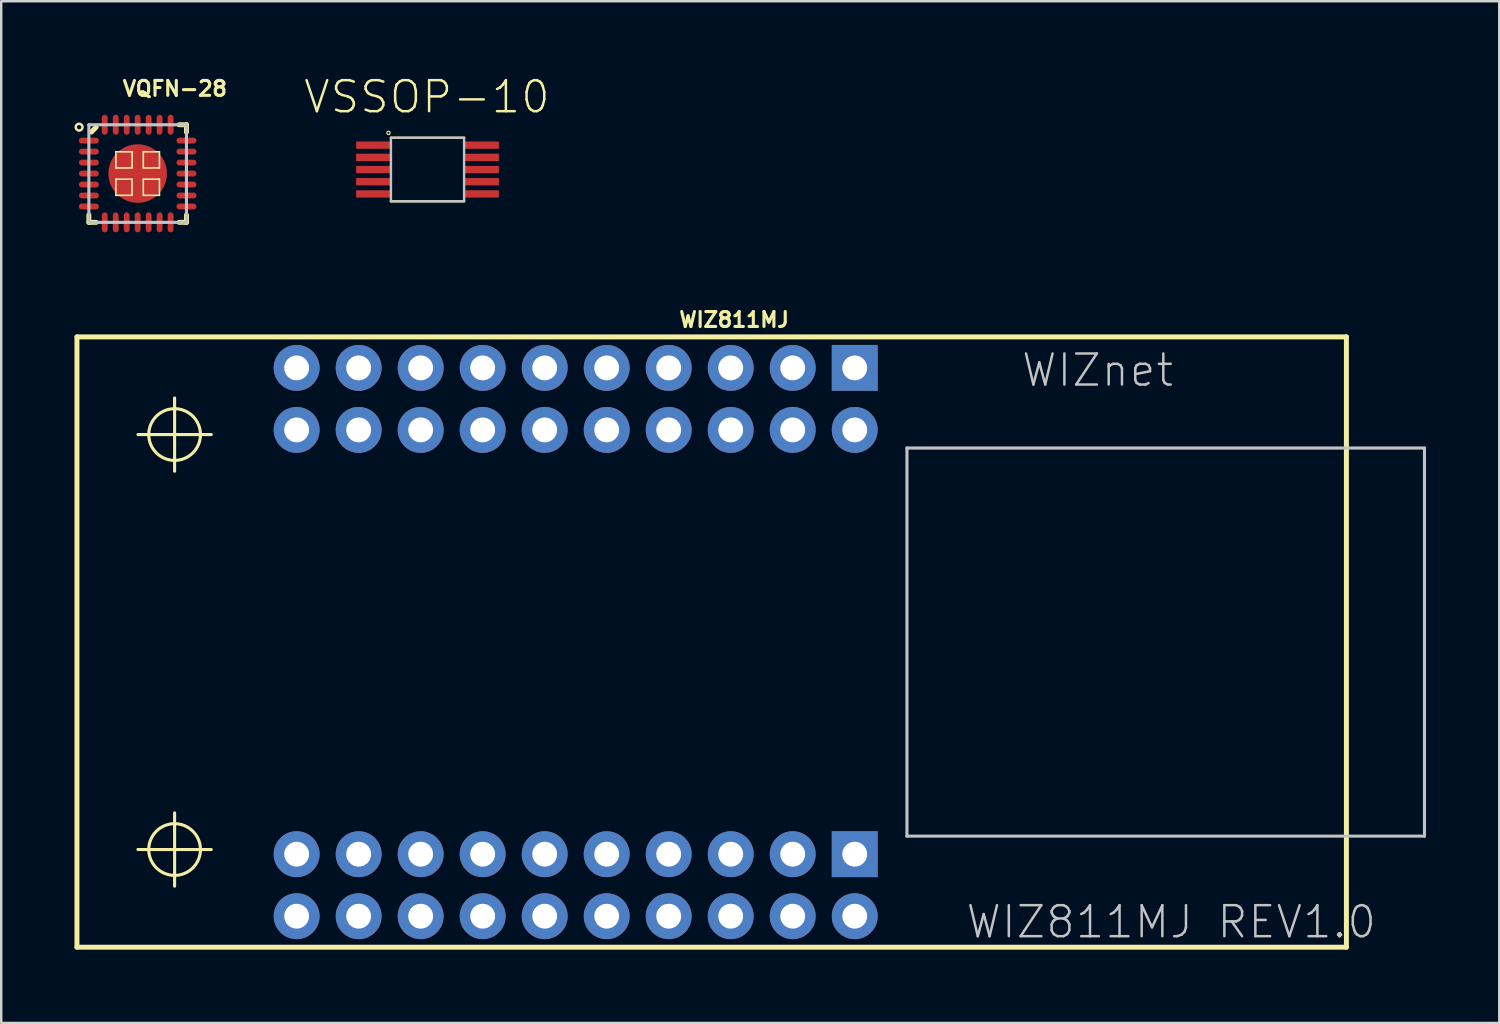
<source format=kicad_pcb>
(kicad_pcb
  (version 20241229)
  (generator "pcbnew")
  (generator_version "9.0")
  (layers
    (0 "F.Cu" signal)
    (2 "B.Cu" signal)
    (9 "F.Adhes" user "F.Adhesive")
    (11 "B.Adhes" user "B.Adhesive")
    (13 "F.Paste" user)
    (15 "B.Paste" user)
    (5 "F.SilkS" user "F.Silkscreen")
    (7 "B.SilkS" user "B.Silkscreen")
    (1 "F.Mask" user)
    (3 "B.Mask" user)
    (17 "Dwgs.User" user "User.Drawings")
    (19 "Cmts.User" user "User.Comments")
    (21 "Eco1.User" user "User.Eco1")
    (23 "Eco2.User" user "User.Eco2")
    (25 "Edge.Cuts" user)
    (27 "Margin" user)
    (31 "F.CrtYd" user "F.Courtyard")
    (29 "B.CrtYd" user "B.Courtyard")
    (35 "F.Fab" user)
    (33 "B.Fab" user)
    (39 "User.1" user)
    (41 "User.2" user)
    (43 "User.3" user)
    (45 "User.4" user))
  (footprint "WIZ811MJ"
    (layer "F.Cu")
    (at 25.611 23.45)
    (property "Reference" "WIZ811MJ" (at 1.412 -13.404 0) (layer "F.SilkS") (effects (font (size 0.61 0.61) (thickness 0.127))))
    (attr exclude_from_pos_files exclude_from_bom)
    (fp_line (start -25.509 -12.7) (end 26.49 -12.7) (stroke (width 0.203) (type solid)) (layer "F.SilkS"))
    (fp_line (start -25.509 12.299) (end -25.509 -12.7) (stroke (width 0.203) (type solid)) (layer "F.SilkS"))
    (fp_line (start -23.01 -8.7) (end -20.008 -8.7) (stroke (width 0.127) (type solid)) (layer "F.SilkS"))
    (fp_line (start -23.01 8.298) (end -20.008 8.298) (stroke (width 0.127) (type solid)) (layer "F.SilkS"))
    (fp_line (start -21.509 -7.198) (end -21.509 -10.198) (stroke (width 0.127) (type solid)) (layer "F.SilkS"))
    (fp_line (start -21.509 9.799) (end -21.509 6.8) (stroke (width 0.127) (type solid)) (layer "F.SilkS"))
    (fp_line (start 26.49 -12.7) (end 26.49 12.299) (stroke (width 0.203) (type solid)) (layer "F.SilkS"))
    (fp_line (start 26.49 12.299) (end -25.509 12.299) (stroke (width 0.203) (type solid)) (layer "F.SilkS"))
    (fp_circle (center -21.509 -8.7) (end -22.258 -9.449) (stroke (width 0.127) (type solid)) (fill no) (layer "F.SilkS"))
    (fp_circle (center -21.509 8.298) (end -22.258 9.047) (stroke (width 0.127) (type solid)) (fill no) (layer "F.SilkS"))
    (fp_line (start 8.489 7.75) (end 8.489 -8.148) (stroke (width 0.127) (type solid)) (layer "Dwgs.User"))
    (fp_line (start 8.489 7.75) (end 29.688 7.75) (stroke (width 0.127) (type solid)) (layer "Dwgs.User"))
    (fp_line (start 29.688 -8.148) (end 8.489 -8.148) (stroke (width 0.127) (type solid)) (layer "Dwgs.User"))
    (fp_line (start 29.688 7.75) (end 29.688 -8.148) (stroke (width 0.127) (type solid)) (layer "Dwgs.User"))
    (fp_text user "WIZ811MJ REV1.0" (at 19.314 11.265 0) (layer "Dwgs.User") (effects (font (size 1.27 1.27) (thickness 0.102))))
    (fp_text user "WIZnet" (at 16.299 -11.333 0) (layer "Dwgs.User") (effects (font (size 1.27 1.27) (thickness 0.102))))
    (pad "1" thru_hole rect (at 6.35 -11.43) (size 1.88 1.88) (drill 1.019) (layers "*.Cu" "*.Paste" "*.Mask"))
    (pad "2" thru_hole circle (at 6.35 -8.89) (size 1.88 1.88) (drill 1.019) (layers "*.Cu" "*.Paste" "*.Mask"))
    (pad "3" thru_hole circle (at 3.81 -11.43) (size 1.88 1.88) (drill 1.019) (layers "*.Cu" "*.Paste" "*.Mask"))
    (pad "4" thru_hole circle (at 3.81 -8.89) (size 1.88 1.88) (drill 1.019) (layers "*.Cu" "*.Paste" "*.Mask"))
    (pad "5" thru_hole circle (at 1.27 -11.43) (size 1.88 1.88) (drill 1.019) (layers "*.Cu" "*.Paste" "*.Mask"))
    (pad "6" thru_hole circle (at 1.27 -8.89) (size 1.88 1.88) (drill 1.019) (layers "*.Cu" "*.Paste" "*.Mask"))
    (pad "7" thru_hole circle (at -1.27 -11.43) (size 1.88 1.88) (drill 1.019) (layers "*.Cu" "*.Paste" "*.Mask"))
    (pad "8" thru_hole circle (at -1.27 -8.89) (size 1.88 1.88) (drill 1.019) (layers "*.Cu" "*.Paste" "*.Mask"))
    (pad "9" thru_hole circle (at -3.81 -11.43) (size 1.88 1.88) (drill 1.019) (layers "*.Cu" "*.Paste" "*.Mask"))
    (pad "10" thru_hole circle (at -3.81 -8.89) (size 1.88 1.88) (drill 1.019) (layers "*.Cu" "*.Paste" "*.Mask"))
    (pad "11" thru_hole circle (at -6.35 -11.43) (size 1.88 1.88) (drill 1.019) (layers "*.Cu" "*.Paste" "*.Mask"))
    (pad "12" thru_hole circle (at -6.35 -8.89) (size 1.88 1.88) (drill 1.019) (layers "*.Cu" "*.Paste" "*.Mask"))
    (pad "13" thru_hole circle (at -8.89 -11.43) (size 1.88 1.88) (drill 1.019) (layers "*.Cu" "*.Paste" "*.Mask"))
    (pad "14" thru_hole circle (at -8.89 -8.89) (size 1.88 1.88) (drill 1.019) (layers "*.Cu" "*.Paste" "*.Mask"))
    (pad "15" thru_hole circle (at -11.43 -11.43) (size 1.88 1.88) (drill 1.019) (layers "*.Cu" "*.Paste" "*.Mask"))
    (pad "16" thru_hole circle (at -11.43 -8.89) (size 1.88 1.88) (drill 1.019) (layers "*.Cu" "*.Paste" "*.Mask"))
    (pad "17" thru_hole circle (at -13.97 -11.43) (size 1.88 1.88) (drill 1.019) (layers "*.Cu" "*.Paste" "*.Mask"))
    (pad "18" thru_hole circle (at -13.97 -8.89) (size 1.88 1.88) (drill 1.019) (layers "*.Cu" "*.Paste" "*.Mask"))
    (pad "19" thru_hole circle (at -16.51 -11.43) (size 1.88 1.88) (drill 1.019) (layers "*.Cu" "*.Paste" "*.Mask"))
    (pad "20" thru_hole circle (at -16.51 -8.89) (size 1.88 1.88) (drill 1.019) (layers "*.Cu" "*.Paste" "*.Mask"))
    (pad "21" thru_hole rect (at 6.35 8.489) (size 1.88 1.88) (drill 1.019) (layers "*.Cu" "*.Paste" "*.Mask"))
    (pad "22" thru_hole circle (at 6.35 11.029) (size 1.88 1.88) (drill 1.019) (layers "*.Cu" "*.Paste" "*.Mask"))
    (pad "23" thru_hole circle (at 3.81 8.489) (size 1.88 1.88) (drill 1.019) (layers "*.Cu" "*.Paste" "*.Mask"))
    (pad "24" thru_hole circle (at 3.81 11.029) (size 1.88 1.88) (drill 1.019) (layers "*.Cu" "*.Paste" "*.Mask"))
    (pad "25" thru_hole circle (at 1.27 8.489) (size 1.88 1.88) (drill 1.019) (layers "*.Cu" "*.Paste" "*.Mask"))
    (pad "26" thru_hole circle (at 1.27 11.029) (size 1.88 1.88) (drill 1.019) (layers "*.Cu" "*.Paste" "*.Mask"))
    (pad "27" thru_hole circle (at -1.27 8.489) (size 1.88 1.88) (drill 1.019) (layers "*.Cu" "*.Paste" "*.Mask"))
    (pad "28" thru_hole circle (at -1.27 11.029) (size 1.88 1.88) (drill 1.019) (layers "*.Cu" "*.Paste" "*.Mask"))
    (pad "29" thru_hole circle (at -3.81 8.489) (size 1.88 1.88) (drill 1.019) (layers "*.Cu" "*.Paste" "*.Mask"))
    (pad "30" thru_hole circle (at -3.81 11.029) (size 1.88 1.88) (drill 1.019) (layers "*.Cu" "*.Paste" "*.Mask"))
    (pad "31" thru_hole circle (at -6.35 8.489) (size 1.88 1.88) (drill 1.019) (layers "*.Cu" "*.Paste" "*.Mask"))
    (pad "32" thru_hole circle (at -6.35 11.029) (size 1.88 1.88) (drill 1.019) (layers "*.Cu" "*.Paste" "*.Mask"))
    (pad "33" thru_hole circle (at -8.89 8.489) (size 1.88 1.88) (drill 1.019) (layers "*.Cu" "*.Paste" "*.Mask"))
    (pad "34" thru_hole circle (at -8.89 11.029) (size 1.88 1.88) (drill 1.019) (layers "*.Cu" "*.Paste" "*.Mask"))
    (pad "35" thru_hole circle (at -11.43 8.489) (size 1.88 1.88) (drill 1.019) (layers "*.Cu" "*.Paste" "*.Mask"))
    (pad "36" thru_hole circle (at -11.43 11.029) (size 1.88 1.88) (drill 1.019) (layers "*.Cu" "*.Paste" "*.Mask"))
    (pad "37" thru_hole circle (at -13.97 8.489) (size 1.88 1.88) (drill 1.019) (layers "*.Cu" "*.Paste" "*.Mask"))
    (pad "38" thru_hole circle (at -13.97 11.029) (size 1.88 1.88) (drill 1.019) (layers "*.Cu" "*.Paste" "*.Mask"))
    (pad "39" thru_hole circle (at -16.51 8.489) (size 1.88 1.88) (drill 1.019) (layers "*.Cu" "*.Paste" "*.Mask"))
    (pad "40" thru_hole circle (at -16.51 11.029) (size 1.88 1.88) (drill 1.019) (layers "*.Cu" "*.Paste" "*.Mask")))
  (footprint "VSSOP-10"
    (layer "F.Cu")
    (at 14.167 3.954)
    (property "Reference" "VSSOP-10" (at 0.269 -3.033 0) (layer "F.SilkS") (effects (font (size 1.27 1.27) (thickness 0.102))))
    (attr smd)
    (fp_line (start -1.204 -1.359) (end 1.793 -1.359) (stroke (width 0.099) (type solid)) (layer "F.SilkS"))
    (fp_line (start -1.204 1.24) (end 1.793 1.24) (stroke (width 0.099) (type solid)) (layer "F.SilkS"))
    (fp_circle (center -1.303 -1.56) (end -1.351 -1.608) (stroke (width 0.048) (type solid)) (fill no) (layer "F.SilkS"))
    (fp_line (start -1.204 -1.359) (end -1.204 1.24) (stroke (width 0.099) (type solid)) (layer "Dwgs.User"))
    (fp_line (start -1.204 1.24) (end 1.793 1.24) (stroke (width 0.099) (type solid)) (layer "Dwgs.User"))
    (fp_line (start 1.793 -1.359) (end -1.204 -1.359) (stroke (width 0.099) (type solid)) (layer "Dwgs.User"))
    (fp_line (start 1.793 1.24) (end 1.793 -1.359) (stroke (width 0.099) (type solid)) (layer "Dwgs.User"))
    (pad "P$1" smd rect (at -1.905 -1.059) (size 1.448 0.3) (layers "F.Cu" "F.Mask" "F.Paste"))
    (pad "P$2" smd rect (at -1.905 -0.559) (size 1.448 0.3) (layers "F.Cu" "F.Mask" "F.Paste"))
    (pad "P$3" smd rect (at -1.905 -0.058) (size 1.448 0.3) (layers "F.Cu" "F.Mask" "F.Paste"))
    (pad "P$4" smd rect (at -1.905 0.439) (size 1.448 0.3) (layers "F.Cu" "F.Mask" "F.Paste"))
    (pad "P$5" smd rect (at -1.905 0.94) (size 1.448 0.3) (layers "F.Cu" "F.Mask" "F.Paste"))
    (pad "P$6" smd rect (at 2.494 0.94) (size 1.448 0.3) (layers "F.Cu" "F.Mask" "F.Paste"))
    (pad "P$7" smd rect (at 2.494 0.439) (size 1.448 0.3) (layers "F.Cu" "F.Mask" "F.Paste"))
    (pad "P$8" smd rect (at 2.494 -0.058) (size 1.448 0.3) (layers "F.Cu" "F.Mask" "F.Paste"))
    (pad "P$9" smd rect (at 2.494 -0.559) (size 1.448 0.3) (layers "F.Cu" "F.Mask" "F.Paste"))
    (pad "P$10" smd rect (at 2.494 -1.059) (size 1.448 0.3) (layers "F.Cu" "F.Mask" "F.Paste")))
  (footprint "VQFN-28"
    (layer "F.Cu")
    (at 2.589 4.059)
    (property "Reference" "VQFN-28" (at 1.524 -3.48 0) (layer "F.SilkS") (effects (font (size 0.61 0.61) (thickness 0.127))))
    (attr smd)
    (fp_line (start -1.999 1.999) (end -1.999 1.699) (stroke (width 0.203) (type solid)) (layer "F.SilkS"))
    (fp_line (start -1.999 1.999) (end -1.699 1.999) (stroke (width 0.203) (type solid)) (layer "F.SilkS"))
    (fp_line (start -1.9 -1.699) (end -1.699 -1.9) (stroke (width 0.203) (type solid)) (layer "F.SilkS"))
    (fp_line (start -0.892 -0.892) (end -0.231 -0.892) (stroke (width 0.066) (type solid)) (layer "F.SilkS"))
    (fp_line (start -0.892 -0.231) (end -0.892 -0.892) (stroke (width 0.066) (type solid)) (layer "F.SilkS"))
    (fp_line (start -0.892 -0.231) (end -0.231 -0.231) (stroke (width 0.066) (type solid)) (layer "F.SilkS"))
    (fp_line (start -0.892 0.231) (end -0.231 0.231) (stroke (width 0.066) (type solid)) (layer "F.SilkS"))
    (fp_line (start -0.892 0.892) (end -0.892 0.231) (stroke (width 0.066) (type solid)) (layer "F.SilkS"))
    (fp_line (start -0.892 0.892) (end -0.231 0.892) (stroke (width 0.066) (type solid)) (layer "F.SilkS"))
    (fp_line (start -0.231 -0.231) (end -0.231 -0.892) (stroke (width 0.066) (type solid)) (layer "F.SilkS"))
    (fp_line (start -0.231 0.892) (end -0.231 0.231) (stroke (width 0.066) (type solid)) (layer "F.SilkS"))
    (fp_line (start 0.231 -0.892) (end 0.892 -0.892) (stroke (width 0.066) (type solid)) (layer "F.SilkS"))
    (fp_line (start 0.231 -0.231) (end 0.231 -0.892) (stroke (width 0.066) (type solid)) (layer "F.SilkS"))
    (fp_line (start 0.231 -0.231) (end 0.892 -0.231) (stroke (width 0.066) (type solid)) (layer "F.SilkS"))
    (fp_line (start 0.231 0.231) (end 0.892 0.231) (stroke (width 0.066) (type solid)) (layer "F.SilkS"))
    (fp_line (start 0.231 0.892) (end 0.231 0.231) (stroke (width 0.066) (type solid)) (layer "F.SilkS"))
    (fp_line (start 0.231 0.892) (end 0.892 0.892) (stroke (width 0.066) (type solid)) (layer "F.SilkS"))
    (fp_line (start 0.892 -0.231) (end 0.892 -0.892) (stroke (width 0.066) (type solid)) (layer "F.SilkS"))
    (fp_line (start 0.892 0.892) (end 0.892 0.231) (stroke (width 0.066) (type solid)) (layer "F.SilkS"))
    (fp_line (start 1.999 -1.999) (end 1.699 -1.999) (stroke (width 0.203) (type solid)) (layer "F.SilkS"))
    (fp_line (start 1.999 -1.999) (end 1.999 -1.699) (stroke (width 0.203) (type solid)) (layer "F.SilkS"))
    (fp_line (start 1.999 1.999) (end 1.699 1.999) (stroke (width 0.203) (type solid)) (layer "F.SilkS"))
    (fp_line (start 1.999 1.999) (end 1.999 1.699) (stroke (width 0.203) (type solid)) (layer "F.SilkS"))
    (fp_circle (center -2.398 -1.9) (end -2.497 -1.999) (stroke (width 0.102) (type solid)) (fill no) (layer "F.SilkS"))
    (fp_line (start -1.999 -1.999) (end 1.999 -1.999) (stroke (width 0.127) (type solid)) (layer "Dwgs.User"))
    (fp_line (start -1.999 1.999) (end -1.999 -1.999) (stroke (width 0.127) (type solid)) (layer "Dwgs.User"))
    (fp_line (start 1.999 -1.999) (end 1.999 1.999) (stroke (width 0.127) (type solid)) (layer "Dwgs.User"))
    (fp_line (start 1.999 1.999) (end -1.999 1.999) (stroke (width 0.127) (type solid)) (layer "Dwgs.User"))
    (pad "1" smd oval (at -1.999 -1.349) (size 0.818 0.239) (layers "F.Cu" "F.Mask" "F.Paste"))
    (pad "2" smd oval (at -1.999 -0.899) (size 0.818 0.239) (layers "F.Cu" "F.Mask" "F.Paste"))
    (pad "3" smd oval (at -1.999 -0.45) (size 0.818 0.239) (layers "F.Cu" "F.Mask" "F.Paste"))
    (pad "4" smd oval (at -1.999 0) (size 0.818 0.239) (layers "F.Cu" "F.Mask" "F.Paste"))
    (pad "5" smd oval (at -1.999 0.45) (size 0.818 0.239) (layers "F.Cu" "F.Mask" "F.Paste"))
    (pad "6" smd oval (at -1.999 0.899) (size 0.818 0.239) (layers "F.Cu" "F.Mask" "F.Paste"))
    (pad "7" smd oval (at -1.999 1.349) (size 0.818 0.239) (layers "F.Cu" "F.Mask" "F.Paste"))
    (pad "8" smd oval (at -1.349 1.999 90) (size 0.818 0.239) (layers "F.Cu" "F.Mask" "F.Paste"))
    (pad "9" smd oval (at -0.899 1.999 90) (size 0.818 0.239) (layers "F.Cu" "F.Mask" "F.Paste"))
    (pad "10" smd oval (at -0.45 1.999 90) (size 0.818 0.239) (layers "F.Cu" "F.Mask" "F.Paste"))
    (pad "11" smd oval (at 0 1.999 90) (size 0.818 0.239) (layers "F.Cu" "F.Mask" "F.Paste"))
    (pad "12" smd oval (at 0.45 1.999 90) (size 0.818 0.239) (layers "F.Cu" "F.Mask" "F.Paste"))
    (pad "13" smd oval (at 0.899 1.999 90) (size 0.818 0.239) (layers "F.Cu" "F.Mask" "F.Paste"))
    (pad "14" smd oval (at 1.349 1.999 90) (size 0.818 0.239) (layers "F.Cu" "F.Mask" "F.Paste"))
    (pad "15" smd oval (at 1.999 1.349 180) (size 0.818 0.239) (layers "F.Cu" "F.Mask" "F.Paste"))
    (pad "16" smd oval (at 1.999 0.899 180) (size 0.818 0.239) (layers "F.Cu" "F.Mask" "F.Paste"))
    (pad "17" smd oval (at 1.999 0.45 180) (size 0.818 0.239) (layers "F.Cu" "F.Mask" "F.Paste"))
    (pad "18" smd oval (at 1.999 0 180) (size 0.818 0.239) (layers "F.Cu" "F.Mask" "F.Paste"))
    (pad "19" smd oval (at 1.999 -0.45 180) (size 0.818 0.239) (layers "F.Cu" "F.Mask" "F.Paste"))
    (pad "20" smd oval (at 1.999 -0.899 180) (size 0.818 0.239) (layers "F.Cu" "F.Mask" "F.Paste"))
    (pad "21" smd oval (at 1.999 -1.349 180) (size 0.818 0.239) (layers "F.Cu" "F.Mask" "F.Paste"))
    (pad "22" smd oval (at 1.349 -1.999 270) (size 0.818 0.239) (layers "F.Cu" "F.Mask" "F.Paste"))
    (pad "23" smd oval (at 0.899 -1.999 270) (size 0.818 0.239) (layers "F.Cu" "F.Mask" "F.Paste"))
    (pad "24" smd oval (at 0.45 -1.999 270) (size 0.818 0.239) (layers "F.Cu" "F.Mask" "F.Paste"))
    (pad "25" smd oval (at 0 -1.999 270) (size 0.818 0.239) (layers "F.Cu" "F.Mask" "F.Paste"))
    (pad "26" smd oval (at -0.45 -1.999 270) (size 0.818 0.239) (layers "F.Cu" "F.Mask" "F.Paste"))
    (pad "27" smd oval (at -0.899 -1.999 270) (size 0.818 0.239) (layers "F.Cu" "F.Mask" "F.Paste"))
    (pad "28" smd oval (at -1.349 -1.999 270) (size 0.818 0.239) (layers "F.Cu" "F.Mask" "F.Paste"))
    (pad "PAD" smd oval (at 0 0) (size 2.398 2.398) (layers "F.Cu" "F.Mask" "F.Paste")))
  (gr_rect
    (start -3 -3)
    (end 58.362 38.851)
    (stroke (width 0.1) (type default))
    (fill no)
    (layer "Edge.Cuts")))
</source>
